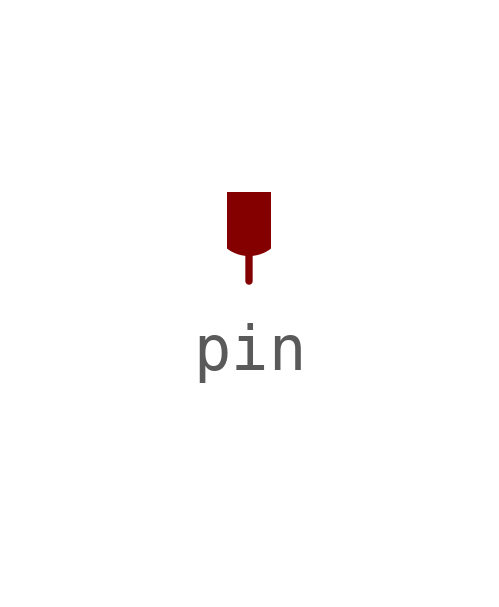
<source format=kicad_sym>
(kicad_symbol_lib
  (version 20211014)
  (generator kicad_symbol_editor)
  (symbol "pin"
    (property "Reference" "U"
      (at 7.62 3.81 0)
      (effects (font (size 1.27 1.27)) hide))
    (symbol "pin_0_0"
      (circle (center 0 0) (radius 0.0001) (stroke (width 0.75) (type default) (color 0 0 0 0)) (fill (type none))))
    (symbol "pin_1_1"
      (pin bidirectional line (at 0 -1.27 90) (length 1.27) (name "" (effects (font (size 1.27 1.27)))) (number "" (effects (font (size 1.27 1.27))))))))
</source>
